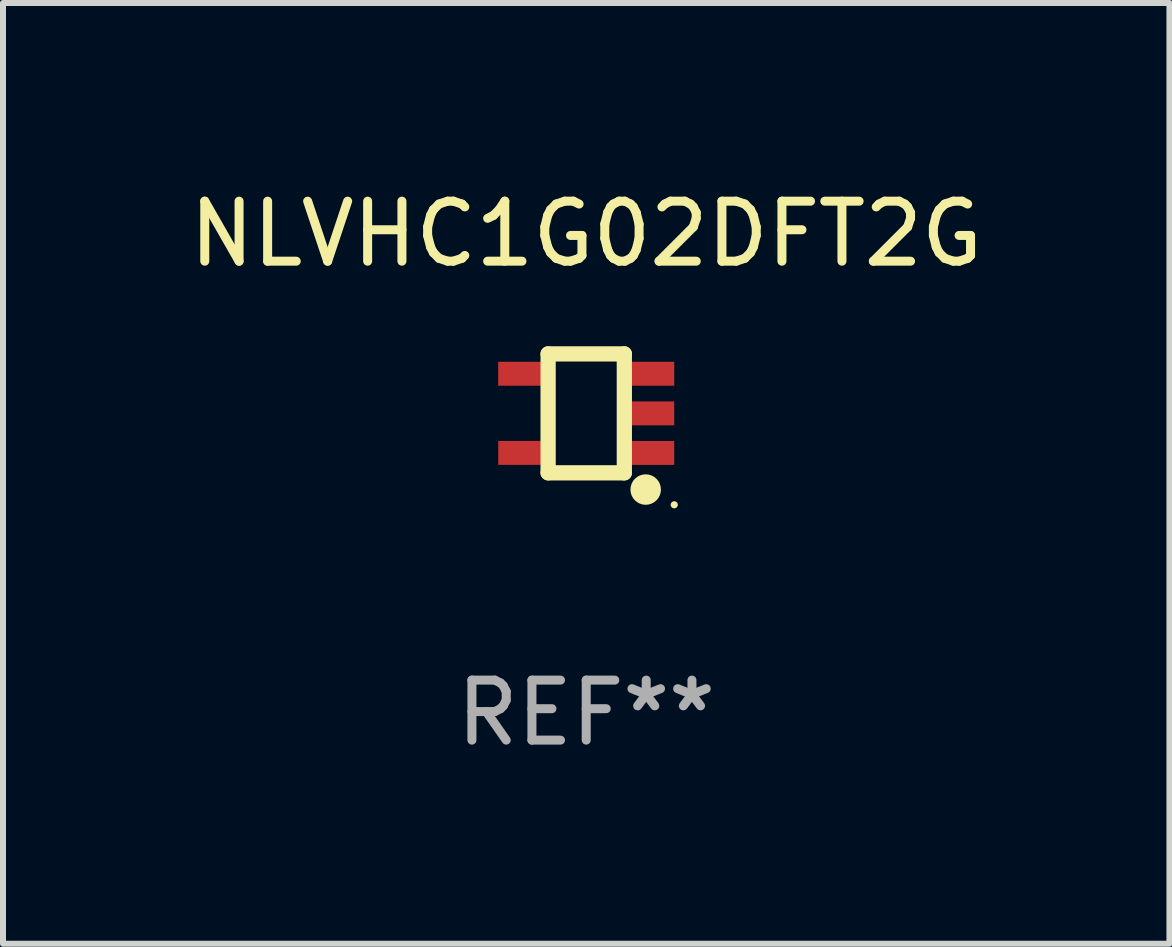
<source format=kicad_pcb>
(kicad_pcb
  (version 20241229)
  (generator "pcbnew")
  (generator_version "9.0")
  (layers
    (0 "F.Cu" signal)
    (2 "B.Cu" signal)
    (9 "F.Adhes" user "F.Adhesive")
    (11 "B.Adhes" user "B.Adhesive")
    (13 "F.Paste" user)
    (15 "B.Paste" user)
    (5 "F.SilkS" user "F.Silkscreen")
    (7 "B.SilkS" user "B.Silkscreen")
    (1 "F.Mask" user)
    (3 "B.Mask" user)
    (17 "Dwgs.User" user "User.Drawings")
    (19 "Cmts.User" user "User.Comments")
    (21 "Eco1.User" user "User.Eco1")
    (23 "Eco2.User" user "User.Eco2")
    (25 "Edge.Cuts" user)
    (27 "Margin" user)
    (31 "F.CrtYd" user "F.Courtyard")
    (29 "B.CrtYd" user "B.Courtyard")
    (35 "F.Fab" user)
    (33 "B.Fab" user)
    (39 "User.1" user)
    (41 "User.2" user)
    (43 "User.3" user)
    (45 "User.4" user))
  (footprint "NLVHC1G02DFT2G"
    (layer "F.Cu")
    (at 6.72 3.839)
    (property "Reference" "NLVHC1G02DFT2G" (at 0 -2.991 0) (layer "F.SilkS") (effects (font (size 1 1) (thickness 0.15))))
    (attr through_hole)
    (fp_line (start -0.635 -0.991) (end 0.635 -0.991) (stroke (width 0.254) (type solid)) (layer "F.SilkS"))
    (fp_line (start -0.635 0.991) (end -0.635 -0.991) (stroke (width 0.254) (type solid)) (layer "F.SilkS"))
    (fp_line (start 0.635 -0.991) (end 0.635 0.991) (stroke (width 0.254) (type solid)) (layer "F.SilkS"))
    (fp_line (start 0.635 0.991) (end -0.635 0.991) (stroke (width 0.254) (type solid)) (layer "F.SilkS"))
    (fp_circle (center 0.991 1.27) (end 1.118 1.27) (stroke (width 0.254) (type solid)) (fill no) (layer "F.SilkS"))
    (fp_circle (center 1.467 1.524) (end 1.497 1.524) (stroke (width 0.06) (type solid)) (fill no) (layer "F.SilkS"))
    (fp_text user "REF**" (at 0 4.991 0) (layer "F.Fab") (effects (font (size 1 1) (thickness 0.15))))
    (pad "1" smd rect (at 1.067 0.66 180) (size 0.8 0.399) (layers "F.Cu" "F.Mask" "F.Paste"))
    (pad "2" smd rect (at 1.067 0 180) (size 0.8 0.399) (layers "F.Cu" "F.Mask" "F.Paste"))
    (pad "3" smd rect (at 1.067 -0.66 180) (size 0.8 0.399) (layers "F.Cu" "F.Mask" "F.Paste"))
    (pad "4" smd rect (at -1.067 -0.66 180) (size 0.8 0.399) (layers "F.Cu" "F.Mask" "F.Paste"))
    (pad "5" smd rect (at -1.066 0.659 180) (size 0.8 0.399) (layers "F.Cu" "F.Mask" "F.Paste")))
  (gr_rect
    (start -3 -3)
    (end 16.44 12.678)
    (stroke (width 0.1) (type default))
    (fill no)
    (layer "Edge.Cuts")))
</source>
